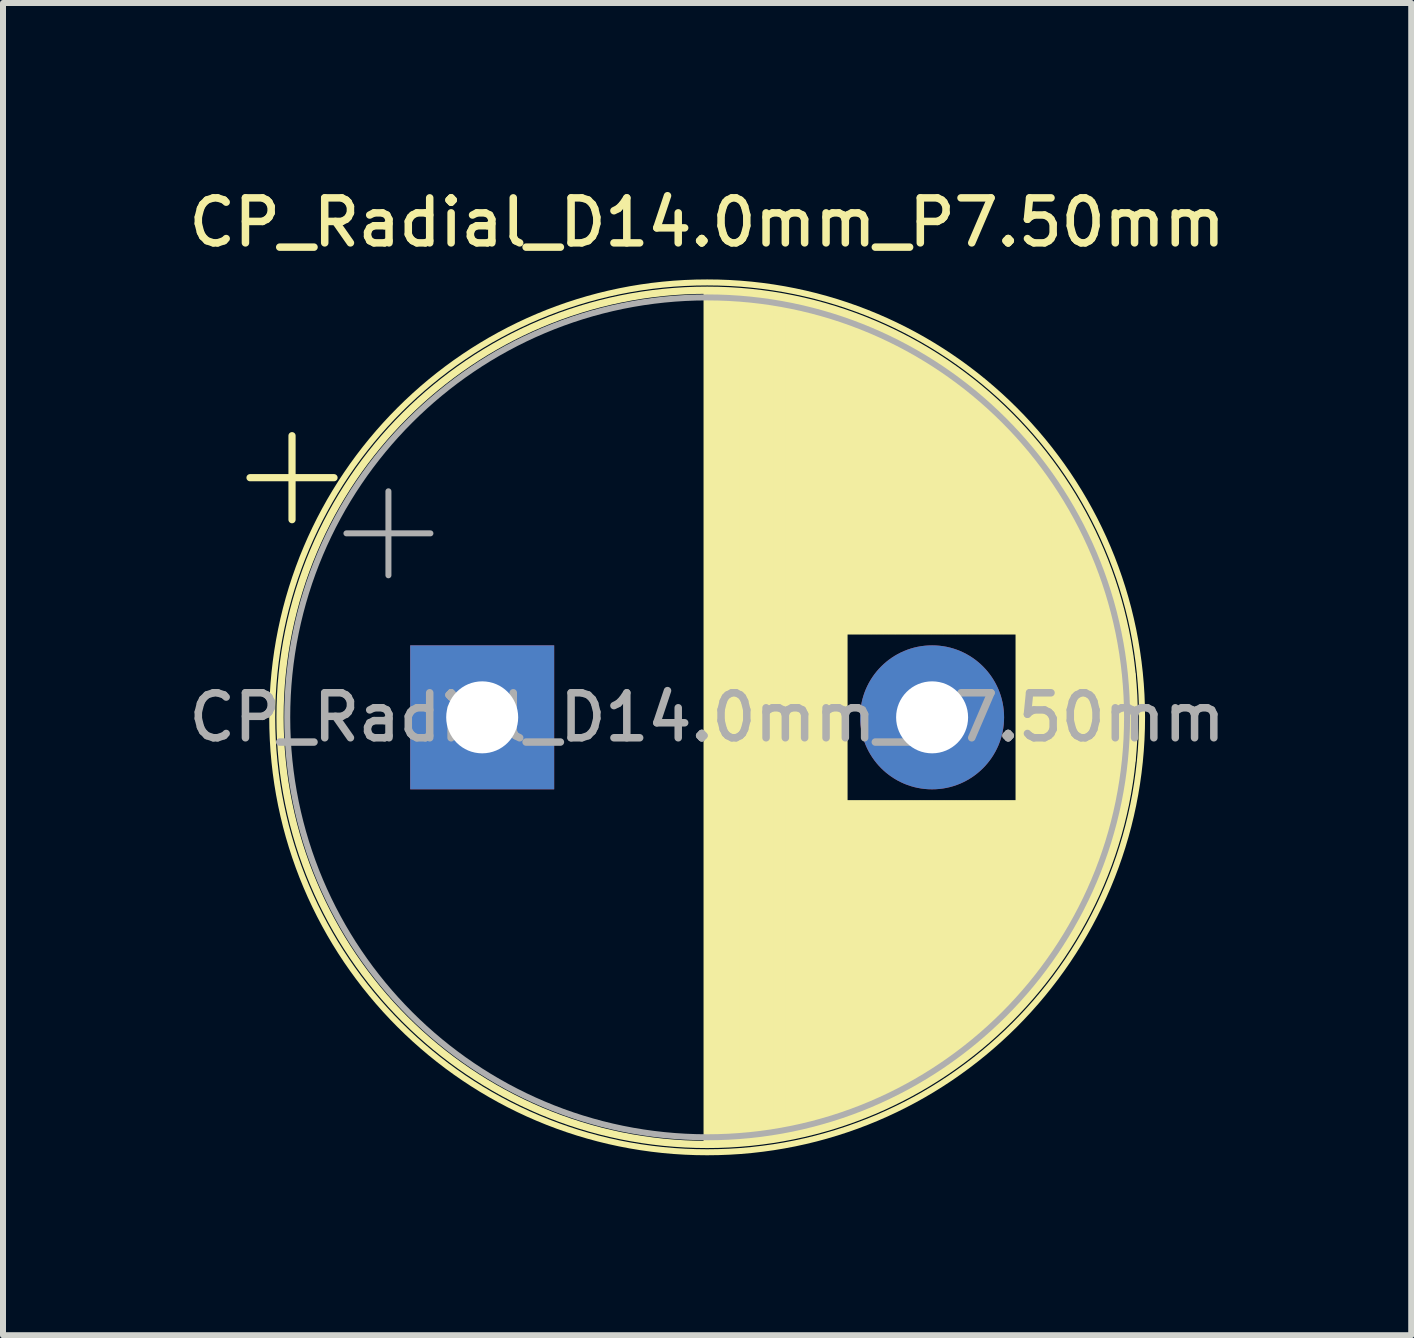
<source format=kicad_pcb>
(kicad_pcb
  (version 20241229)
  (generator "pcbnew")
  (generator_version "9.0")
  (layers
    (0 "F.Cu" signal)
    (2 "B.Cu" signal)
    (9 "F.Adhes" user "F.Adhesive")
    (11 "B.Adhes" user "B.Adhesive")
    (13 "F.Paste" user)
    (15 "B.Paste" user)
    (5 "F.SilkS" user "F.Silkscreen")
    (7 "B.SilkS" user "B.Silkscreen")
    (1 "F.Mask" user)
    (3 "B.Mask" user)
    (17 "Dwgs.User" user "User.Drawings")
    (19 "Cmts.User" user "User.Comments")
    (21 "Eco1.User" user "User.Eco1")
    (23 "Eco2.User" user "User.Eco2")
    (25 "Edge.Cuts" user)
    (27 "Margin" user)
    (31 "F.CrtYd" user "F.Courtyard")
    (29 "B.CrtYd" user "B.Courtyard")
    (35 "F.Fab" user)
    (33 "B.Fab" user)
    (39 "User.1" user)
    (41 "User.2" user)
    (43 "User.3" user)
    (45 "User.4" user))
  (footprint "CP_Radial_D14.0mm_P7.50mm"
    (layer "F.Cu")
    (at 4.988 8.908)
    (property "Reference" "CP_Radial_D14.0mm_P7.50mm" (at 3.75 -8.25 0) (layer "F.SilkS") (effects (font (size 0.75 0.75) (thickness 0.125))))
    (attr through_hole)
    (fp_line (start -3.87 -3.995) (end -2.47 -3.995) (stroke (width 0.12) (type solid)) (layer "F.SilkS"))
    (fp_line (start -3.17 -4.695) (end -3.17 -3.295) (stroke (width 0.12) (type solid)) (layer "F.SilkS"))
    (fp_line (start 3.75 -7.08) (end 3.75 7.08) (stroke (width 0.12) (type solid)) (layer "F.SilkS"))
    (fp_line (start 3.79 -7.08) (end 3.79 7.08) (stroke (width 0.12) (type solid)) (layer "F.SilkS"))
    (fp_line (start 3.83 -7.08) (end 3.83 7.08) (stroke (width 0.12) (type solid)) (layer "F.SilkS"))
    (fp_line (start 3.87 -7.079) (end 3.87 7.079) (stroke (width 0.12) (type solid)) (layer "F.SilkS"))
    (fp_line (start 3.91 -7.079) (end 3.91 7.079) (stroke (width 0.12) (type solid)) (layer "F.SilkS"))
    (fp_line (start 3.95 -7.078) (end 3.95 7.078) (stroke (width 0.12) (type solid)) (layer "F.SilkS"))
    (fp_line (start 3.99 -7.076) (end 3.99 7.076) (stroke (width 0.12) (type solid)) (layer "F.SilkS"))
    (fp_line (start 4.03 -7.075) (end 4.03 7.075) (stroke (width 0.12) (type solid)) (layer "F.SilkS"))
    (fp_line (start 4.07 -7.073) (end 4.07 7.073) (stroke (width 0.12) (type solid)) (layer "F.SilkS"))
    (fp_line (start 4.11 -7.071) (end 4.11 7.071) (stroke (width 0.12) (type solid)) (layer "F.SilkS"))
    (fp_line (start 4.15 -7.069) (end 4.15 7.069) (stroke (width 0.12) (type solid)) (layer "F.SilkS"))
    (fp_line (start 4.19 -7.067) (end 4.19 7.067) (stroke (width 0.12) (type solid)) (layer "F.SilkS"))
    (fp_line (start 4.23 -7.064) (end 4.23 7.064) (stroke (width 0.12) (type solid)) (layer "F.SilkS"))
    (fp_line (start 4.27 -7.061) (end 4.27 7.061) (stroke (width 0.12) (type solid)) (layer "F.SilkS"))
    (fp_line (start 4.31 -7.058) (end 4.31 7.058) (stroke (width 0.12) (type solid)) (layer "F.SilkS"))
    (fp_line (start 4.35 -7.055) (end 4.35 7.055) (stroke (width 0.12) (type solid)) (layer "F.SilkS"))
    (fp_line (start 4.39 -7.052) (end 4.39 7.052) (stroke (width 0.12) (type solid)) (layer "F.SilkS"))
    (fp_line (start 4.43 -7.048) (end 4.43 7.048) (stroke (width 0.12) (type solid)) (layer "F.SilkS"))
    (fp_line (start 4.471 -7.044) (end 4.471 7.044) (stroke (width 0.12) (type solid)) (layer "F.SilkS"))
    (fp_line (start 4.511 -7.04) (end 4.511 7.04) (stroke (width 0.12) (type solid)) (layer "F.SilkS"))
    (fp_line (start 4.551 -7.035) (end 4.551 7.035) (stroke (width 0.12) (type solid)) (layer "F.SilkS"))
    (fp_line (start 4.591 -7.031) (end 4.591 7.031) (stroke (width 0.12) (type solid)) (layer "F.SilkS"))
    (fp_line (start 4.631 -7.026) (end 4.631 7.026) (stroke (width 0.12) (type solid)) (layer "F.SilkS"))
    (fp_line (start 4.671 -7.021) (end 4.671 7.021) (stroke (width 0.12) (type solid)) (layer "F.SilkS"))
    (fp_line (start 4.711 -7.015) (end 4.711 7.015) (stroke (width 0.12) (type solid)) (layer "F.SilkS"))
    (fp_line (start 4.751 -7.01) (end 4.751 7.01) (stroke (width 0.12) (type solid)) (layer "F.SilkS"))
    (fp_line (start 4.791 -7.004) (end 4.791 7.004) (stroke (width 0.12) (type solid)) (layer "F.SilkS"))
    (fp_line (start 4.831 -6.998) (end 4.831 6.998) (stroke (width 0.12) (type solid)) (layer "F.SilkS"))
    (fp_line (start 4.871 -6.992) (end 4.871 6.992) (stroke (width 0.12) (type solid)) (layer "F.SilkS"))
    (fp_line (start 4.911 -6.985) (end 4.911 6.985) (stroke (width 0.12) (type solid)) (layer "F.SilkS"))
    (fp_line (start 4.951 -6.979) (end 4.951 6.979) (stroke (width 0.12) (type solid)) (layer "F.SilkS"))
    (fp_line (start 4.991 -6.972) (end 4.991 6.972) (stroke (width 0.12) (type solid)) (layer "F.SilkS"))
    (fp_line (start 5.031 -6.964) (end 5.031 6.964) (stroke (width 0.12) (type solid)) (layer "F.SilkS"))
    (fp_line (start 5.071 -6.957) (end 5.071 6.957) (stroke (width 0.12) (type solid)) (layer "F.SilkS"))
    (fp_line (start 5.111 -6.949) (end 5.111 6.949) (stroke (width 0.12) (type solid)) (layer "F.SilkS"))
    (fp_line (start 5.151 -6.942) (end 5.151 6.942) (stroke (width 0.12) (type solid)) (layer "F.SilkS"))
    (fp_line (start 5.191 -6.933) (end 5.191 6.933) (stroke (width 0.12) (type solid)) (layer "F.SilkS"))
    (fp_line (start 5.231 -6.925) (end 5.231 6.925) (stroke (width 0.12) (type solid)) (layer "F.SilkS"))
    (fp_line (start 5.271 -6.916) (end 5.271 6.916) (stroke (width 0.12) (type solid)) (layer "F.SilkS"))
    (fp_line (start 5.311 -6.907) (end 5.311 6.907) (stroke (width 0.12) (type solid)) (layer "F.SilkS"))
    (fp_line (start 5.351 -6.898) (end 5.351 6.898) (stroke (width 0.12) (type solid)) (layer "F.SilkS"))
    (fp_line (start 5.391 -6.889) (end 5.391 6.889) (stroke (width 0.12) (type solid)) (layer "F.SilkS"))
    (fp_line (start 5.431 -6.879) (end 5.431 6.879) (stroke (width 0.12) (type solid)) (layer "F.SilkS"))
    (fp_line (start 5.471 -6.87) (end 5.471 6.87) (stroke (width 0.12) (type solid)) (layer "F.SilkS"))
    (fp_line (start 5.511 -6.86) (end 5.511 6.86) (stroke (width 0.12) (type solid)) (layer "F.SilkS"))
    (fp_line (start 5.551 -6.849) (end 5.551 6.849) (stroke (width 0.12) (type solid)) (layer "F.SilkS"))
    (fp_line (start 5.591 -6.839) (end 5.591 6.839) (stroke (width 0.12) (type solid)) (layer "F.SilkS"))
    (fp_line (start 5.631 -6.828) (end 5.631 6.828) (stroke (width 0.12) (type solid)) (layer "F.SilkS"))
    (fp_line (start 5.671 -6.817) (end 5.671 6.817) (stroke (width 0.12) (type solid)) (layer "F.SilkS"))
    (fp_line (start 5.711 -6.805) (end 5.711 6.805) (stroke (width 0.12) (type solid)) (layer "F.SilkS"))
    (fp_line (start 5.751 -6.794) (end 5.751 6.794) (stroke (width 0.12) (type solid)) (layer "F.SilkS"))
    (fp_line (start 5.791 -6.782) (end 5.791 6.782) (stroke (width 0.12) (type solid)) (layer "F.SilkS"))
    (fp_line (start 5.831 -6.77) (end 5.831 6.77) (stroke (width 0.12) (type solid)) (layer "F.SilkS"))
    (fp_line (start 5.871 -6.758) (end 5.871 6.758) (stroke (width 0.12) (type solid)) (layer "F.SilkS"))
    (fp_line (start 5.911 -6.745) (end 5.911 6.745) (stroke (width 0.12) (type solid)) (layer "F.SilkS"))
    (fp_line (start 5.951 -6.732) (end 5.951 6.732) (stroke (width 0.12) (type solid)) (layer "F.SilkS"))
    (fp_line (start 5.991 -6.719) (end 5.991 6.719) (stroke (width 0.12) (type solid)) (layer "F.SilkS"))
    (fp_line (start 6.031 -6.706) (end 6.031 6.706) (stroke (width 0.12) (type solid)) (layer "F.SilkS"))
    (fp_line (start 6.071 -6.692) (end 6.071 -1.44) (stroke (width 0.12) (type solid)) (layer "F.SilkS"))
    (fp_line (start 6.071 1.44) (end 6.071 6.692) (stroke (width 0.12) (type solid)) (layer "F.SilkS"))
    (fp_line (start 6.111 -6.678) (end 6.111 -1.44) (stroke (width 0.12) (type solid)) (layer "F.SilkS"))
    (fp_line (start 6.111 1.44) (end 6.111 6.678) (stroke (width 0.12) (type solid)) (layer "F.SilkS"))
    (fp_line (start 6.151 -6.664) (end 6.151 -1.44) (stroke (width 0.12) (type solid)) (layer "F.SilkS"))
    (fp_line (start 6.151 1.44) (end 6.151 6.664) (stroke (width 0.12) (type solid)) (layer "F.SilkS"))
    (fp_line (start 6.191 -6.649) (end 6.191 -1.44) (stroke (width 0.12) (type solid)) (layer "F.SilkS"))
    (fp_line (start 6.191 1.44) (end 6.191 6.649) (stroke (width 0.12) (type solid)) (layer "F.SilkS"))
    (fp_line (start 6.231 -6.635) (end 6.231 -1.44) (stroke (width 0.12) (type solid)) (layer "F.SilkS"))
    (fp_line (start 6.231 1.44) (end 6.231 6.635) (stroke (width 0.12) (type solid)) (layer "F.SilkS"))
    (fp_line (start 6.271 -6.62) (end 6.271 -1.44) (stroke (width 0.12) (type solid)) (layer "F.SilkS"))
    (fp_line (start 6.271 1.44) (end 6.271 6.62) (stroke (width 0.12) (type solid)) (layer "F.SilkS"))
    (fp_line (start 6.311 -6.604) (end 6.311 -1.44) (stroke (width 0.12) (type solid)) (layer "F.SilkS"))
    (fp_line (start 6.311 1.44) (end 6.311 6.604) (stroke (width 0.12) (type solid)) (layer "F.SilkS"))
    (fp_line (start 6.351 -6.589) (end 6.351 -1.44) (stroke (width 0.12) (type solid)) (layer "F.SilkS"))
    (fp_line (start 6.351 1.44) (end 6.351 6.589) (stroke (width 0.12) (type solid)) (layer "F.SilkS"))
    (fp_line (start 6.391 -6.573) (end 6.391 -1.44) (stroke (width 0.12) (type solid)) (layer "F.SilkS"))
    (fp_line (start 6.391 1.44) (end 6.391 6.573) (stroke (width 0.12) (type solid)) (layer "F.SilkS"))
    (fp_line (start 6.431 -6.557) (end 6.431 -1.44) (stroke (width 0.12) (type solid)) (layer "F.SilkS"))
    (fp_line (start 6.431 1.44) (end 6.431 6.557) (stroke (width 0.12) (type solid)) (layer "F.SilkS"))
    (fp_line (start 6.471 -6.54) (end 6.471 -1.44) (stroke (width 0.12) (type solid)) (layer "F.SilkS"))
    (fp_line (start 6.471 1.44) (end 6.471 6.54) (stroke (width 0.12) (type solid)) (layer "F.SilkS"))
    (fp_line (start 6.511 -6.524) (end 6.511 -1.44) (stroke (width 0.12) (type solid)) (layer "F.SilkS"))
    (fp_line (start 6.511 1.44) (end 6.511 6.524) (stroke (width 0.12) (type solid)) (layer "F.SilkS"))
    (fp_line (start 6.551 -6.507) (end 6.551 -1.44) (stroke (width 0.12) (type solid)) (layer "F.SilkS"))
    (fp_line (start 6.551 1.44) (end 6.551 6.507) (stroke (width 0.12) (type solid)) (layer "F.SilkS"))
    (fp_line (start 6.591 -6.49) (end 6.591 -1.44) (stroke (width 0.12) (type solid)) (layer "F.SilkS"))
    (fp_line (start 6.591 1.44) (end 6.591 6.49) (stroke (width 0.12) (type solid)) (layer "F.SilkS"))
    (fp_line (start 6.631 -6.472) (end 6.631 -1.44) (stroke (width 0.12) (type solid)) (layer "F.SilkS"))
    (fp_line (start 6.631 1.44) (end 6.631 6.472) (stroke (width 0.12) (type solid)) (layer "F.SilkS"))
    (fp_line (start 6.671 -6.454) (end 6.671 -1.44) (stroke (width 0.12) (type solid)) (layer "F.SilkS"))
    (fp_line (start 6.671 1.44) (end 6.671 6.454) (stroke (width 0.12) (type solid)) (layer "F.SilkS"))
    (fp_line (start 6.711 -6.436) (end 6.711 -1.44) (stroke (width 0.12) (type solid)) (layer "F.SilkS"))
    (fp_line (start 6.711 1.44) (end 6.711 6.436) (stroke (width 0.12) (type solid)) (layer "F.SilkS"))
    (fp_line (start 6.751 -6.418) (end 6.751 -1.44) (stroke (width 0.12) (type solid)) (layer "F.SilkS"))
    (fp_line (start 6.751 1.44) (end 6.751 6.418) (stroke (width 0.12) (type solid)) (layer "F.SilkS"))
    (fp_line (start 6.791 -6.399) (end 6.791 -1.44) (stroke (width 0.12) (type solid)) (layer "F.SilkS"))
    (fp_line (start 6.791 1.44) (end 6.791 6.399) (stroke (width 0.12) (type solid)) (layer "F.SilkS"))
    (fp_line (start 6.831 -6.38) (end 6.831 -1.44) (stroke (width 0.12) (type solid)) (layer "F.SilkS"))
    (fp_line (start 6.831 1.44) (end 6.831 6.38) (stroke (width 0.12) (type solid)) (layer "F.SilkS"))
    (fp_line (start 6.871 -6.36) (end 6.871 -1.44) (stroke (width 0.12) (type solid)) (layer "F.SilkS"))
    (fp_line (start 6.871 1.44) (end 6.871 6.36) (stroke (width 0.12) (type solid)) (layer "F.SilkS"))
    (fp_line (start 6.911 -6.341) (end 6.911 -1.44) (stroke (width 0.12) (type solid)) (layer "F.SilkS"))
    (fp_line (start 6.911 1.44) (end 6.911 6.341) (stroke (width 0.12) (type solid)) (layer "F.SilkS"))
    (fp_line (start 6.951 -6.321) (end 6.951 -1.44) (stroke (width 0.12) (type solid)) (layer "F.SilkS"))
    (fp_line (start 6.951 1.44) (end 6.951 6.321) (stroke (width 0.12) (type solid)) (layer "F.SilkS"))
    (fp_line (start 6.991 -6.301) (end 6.991 -1.44) (stroke (width 0.12) (type solid)) (layer "F.SilkS"))
    (fp_line (start 6.991 1.44) (end 6.991 6.301) (stroke (width 0.12) (type solid)) (layer "F.SilkS"))
    (fp_line (start 7.031 -6.28) (end 7.031 -1.44) (stroke (width 0.12) (type solid)) (layer "F.SilkS"))
    (fp_line (start 7.031 1.44) (end 7.031 6.28) (stroke (width 0.12) (type solid)) (layer "F.SilkS"))
    (fp_line (start 7.071 -6.259) (end 7.071 -1.44) (stroke (width 0.12) (type solid)) (layer "F.SilkS"))
    (fp_line (start 7.071 1.44) (end 7.071 6.259) (stroke (width 0.12) (type solid)) (layer "F.SilkS"))
    (fp_line (start 7.111 -6.238) (end 7.111 -1.44) (stroke (width 0.12) (type solid)) (layer "F.SilkS"))
    (fp_line (start 7.111 1.44) (end 7.111 6.238) (stroke (width 0.12) (type solid)) (layer "F.SilkS"))
    (fp_line (start 7.151 -6.216) (end 7.151 -1.44) (stroke (width 0.12) (type solid)) (layer "F.SilkS"))
    (fp_line (start 7.151 1.44) (end 7.151 6.216) (stroke (width 0.12) (type solid)) (layer "F.SilkS"))
    (fp_line (start 7.191 -6.194) (end 7.191 -1.44) (stroke (width 0.12) (type solid)) (layer "F.SilkS"))
    (fp_line (start 7.191 1.44) (end 7.191 6.194) (stroke (width 0.12) (type solid)) (layer "F.SilkS"))
    (fp_line (start 7.231 -6.172) (end 7.231 -1.44) (stroke (width 0.12) (type solid)) (layer "F.SilkS"))
    (fp_line (start 7.231 1.44) (end 7.231 6.172) (stroke (width 0.12) (type solid)) (layer "F.SilkS"))
    (fp_line (start 7.271 -6.15) (end 7.271 -1.44) (stroke (width 0.12) (type solid)) (layer "F.SilkS"))
    (fp_line (start 7.271 1.44) (end 7.271 6.15) (stroke (width 0.12) (type solid)) (layer "F.SilkS"))
    (fp_line (start 7.311 -6.127) (end 7.311 -1.44) (stroke (width 0.12) (type solid)) (layer "F.SilkS"))
    (fp_line (start 7.311 1.44) (end 7.311 6.127) (stroke (width 0.12) (type solid)) (layer "F.SilkS"))
    (fp_line (start 7.351 -6.103) (end 7.351 -1.44) (stroke (width 0.12) (type solid)) (layer "F.SilkS"))
    (fp_line (start 7.351 1.44) (end 7.351 6.103) (stroke (width 0.12) (type solid)) (layer "F.SilkS"))
    (fp_line (start 7.391 -6.08) (end 7.391 -1.44) (stroke (width 0.12) (type solid)) (layer "F.SilkS"))
    (fp_line (start 7.391 1.44) (end 7.391 6.08) (stroke (width 0.12) (type solid)) (layer "F.SilkS"))
    (fp_line (start 7.431 -6.056) (end 7.431 -1.44) (stroke (width 0.12) (type solid)) (layer "F.SilkS"))
    (fp_line (start 7.431 1.44) (end 7.431 6.056) (stroke (width 0.12) (type solid)) (layer "F.SilkS"))
    (fp_line (start 7.471 -6.031) (end 7.471 -1.44) (stroke (width 0.12) (type solid)) (layer "F.SilkS"))
    (fp_line (start 7.471 1.44) (end 7.471 6.031) (stroke (width 0.12) (type solid)) (layer "F.SilkS"))
    (fp_line (start 7.511 -6.007) (end 7.511 -1.44) (stroke (width 0.12) (type solid)) (layer "F.SilkS"))
    (fp_line (start 7.511 1.44) (end 7.511 6.007) (stroke (width 0.12) (type solid)) (layer "F.SilkS"))
    (fp_line (start 7.551 -5.982) (end 7.551 -1.44) (stroke (width 0.12) (type solid)) (layer "F.SilkS"))
    (fp_line (start 7.551 1.44) (end 7.551 5.982) (stroke (width 0.12) (type solid)) (layer "F.SilkS"))
    (fp_line (start 7.591 -5.956) (end 7.591 -1.44) (stroke (width 0.12) (type solid)) (layer "F.SilkS"))
    (fp_line (start 7.591 1.44) (end 7.591 5.956) (stroke (width 0.12) (type solid)) (layer "F.SilkS"))
    (fp_line (start 7.631 -5.93) (end 7.631 -1.44) (stroke (width 0.12) (type solid)) (layer "F.SilkS"))
    (fp_line (start 7.631 1.44) (end 7.631 5.93) (stroke (width 0.12) (type solid)) (layer "F.SilkS"))
    (fp_line (start 7.671 -5.904) (end 7.671 -1.44) (stroke (width 0.12) (type solid)) (layer "F.SilkS"))
    (fp_line (start 7.671 1.44) (end 7.671 5.904) (stroke (width 0.12) (type solid)) (layer "F.SilkS"))
    (fp_line (start 7.711 -5.878) (end 7.711 -1.44) (stroke (width 0.12) (type solid)) (layer "F.SilkS"))
    (fp_line (start 7.711 1.44) (end 7.711 5.878) (stroke (width 0.12) (type solid)) (layer "F.SilkS"))
    (fp_line (start 7.751 -5.851) (end 7.751 -1.44) (stroke (width 0.12) (type solid)) (layer "F.SilkS"))
    (fp_line (start 7.751 1.44) (end 7.751 5.851) (stroke (width 0.12) (type solid)) (layer "F.SilkS"))
    (fp_line (start 7.791 -5.823) (end 7.791 -1.44) (stroke (width 0.12) (type solid)) (layer "F.SilkS"))
    (fp_line (start 7.791 1.44) (end 7.791 5.823) (stroke (width 0.12) (type solid)) (layer "F.SilkS"))
    (fp_line (start 7.831 -5.796) (end 7.831 -1.44) (stroke (width 0.12) (type solid)) (layer "F.SilkS"))
    (fp_line (start 7.831 1.44) (end 7.831 5.796) (stroke (width 0.12) (type solid)) (layer "F.SilkS"))
    (fp_line (start 7.871 -5.767) (end 7.871 -1.44) (stroke (width 0.12) (type solid)) (layer "F.SilkS"))
    (fp_line (start 7.871 1.44) (end 7.871 5.767) (stroke (width 0.12) (type solid)) (layer "F.SilkS"))
    (fp_line (start 7.911 -5.739) (end 7.911 -1.44) (stroke (width 0.12) (type solid)) (layer "F.SilkS"))
    (fp_line (start 7.911 1.44) (end 7.911 5.739) (stroke (width 0.12) (type solid)) (layer "F.SilkS"))
    (fp_line (start 7.951 -5.71) (end 7.951 -1.44) (stroke (width 0.12) (type solid)) (layer "F.SilkS"))
    (fp_line (start 7.951 1.44) (end 7.951 5.71) (stroke (width 0.12) (type solid)) (layer "F.SilkS"))
    (fp_line (start 7.991 -5.68) (end 7.991 -1.44) (stroke (width 0.12) (type solid)) (layer "F.SilkS"))
    (fp_line (start 7.991 1.44) (end 7.991 5.68) (stroke (width 0.12) (type solid)) (layer "F.SilkS"))
    (fp_line (start 8.031 -5.65) (end 8.031 -1.44) (stroke (width 0.12) (type solid)) (layer "F.SilkS"))
    (fp_line (start 8.031 1.44) (end 8.031 5.65) (stroke (width 0.12) (type solid)) (layer "F.SilkS"))
    (fp_line (start 8.071 -5.62) (end 8.071 -1.44) (stroke (width 0.12) (type solid)) (layer "F.SilkS"))
    (fp_line (start 8.071 1.44) (end 8.071 5.62) (stroke (width 0.12) (type solid)) (layer "F.SilkS"))
    (fp_line (start 8.111 -5.589) (end 8.111 -1.44) (stroke (width 0.12) (type solid)) (layer "F.SilkS"))
    (fp_line (start 8.111 1.44) (end 8.111 5.589) (stroke (width 0.12) (type solid)) (layer "F.SilkS"))
    (fp_line (start 8.151 -5.558) (end 8.151 -1.44) (stroke (width 0.12) (type solid)) (layer "F.SilkS"))
    (fp_line (start 8.151 1.44) (end 8.151 5.558) (stroke (width 0.12) (type solid)) (layer "F.SilkS"))
    (fp_line (start 8.191 -5.527) (end 8.191 -1.44) (stroke (width 0.12) (type solid)) (layer "F.SilkS"))
    (fp_line (start 8.191 1.44) (end 8.191 5.527) (stroke (width 0.12) (type solid)) (layer "F.SilkS"))
    (fp_line (start 8.231 -5.494) (end 8.231 -1.44) (stroke (width 0.12) (type solid)) (layer "F.SilkS"))
    (fp_line (start 8.231 1.44) (end 8.231 5.494) (stroke (width 0.12) (type solid)) (layer "F.SilkS"))
    (fp_line (start 8.271 -5.462) (end 8.271 -1.44) (stroke (width 0.12) (type solid)) (layer "F.SilkS"))
    (fp_line (start 8.271 1.44) (end 8.271 5.462) (stroke (width 0.12) (type solid)) (layer "F.SilkS"))
    (fp_line (start 8.311 -5.429) (end 8.311 -1.44) (stroke (width 0.12) (type solid)) (layer "F.SilkS"))
    (fp_line (start 8.311 1.44) (end 8.311 5.429) (stroke (width 0.12) (type solid)) (layer "F.SilkS"))
    (fp_line (start 8.351 -5.395) (end 8.351 -1.44) (stroke (width 0.12) (type solid)) (layer "F.SilkS"))
    (fp_line (start 8.351 1.44) (end 8.351 5.395) (stroke (width 0.12) (type solid)) (layer "F.SilkS"))
    (fp_line (start 8.391 -5.361) (end 8.391 -1.44) (stroke (width 0.12) (type solid)) (layer "F.SilkS"))
    (fp_line (start 8.391 1.44) (end 8.391 5.361) (stroke (width 0.12) (type solid)) (layer "F.SilkS"))
    (fp_line (start 8.431 -5.326) (end 8.431 -1.44) (stroke (width 0.12) (type solid)) (layer "F.SilkS"))
    (fp_line (start 8.431 1.44) (end 8.431 5.326) (stroke (width 0.12) (type solid)) (layer "F.SilkS"))
    (fp_line (start 8.471 -5.291) (end 8.471 -1.44) (stroke (width 0.12) (type solid)) (layer "F.SilkS"))
    (fp_line (start 8.471 1.44) (end 8.471 5.291) (stroke (width 0.12) (type solid)) (layer "F.SilkS"))
    (fp_line (start 8.511 -5.255) (end 8.511 -1.44) (stroke (width 0.12) (type solid)) (layer "F.SilkS"))
    (fp_line (start 8.511 1.44) (end 8.511 5.255) (stroke (width 0.12) (type solid)) (layer "F.SilkS"))
    (fp_line (start 8.551 -5.219) (end 8.551 -1.44) (stroke (width 0.12) (type solid)) (layer "F.SilkS"))
    (fp_line (start 8.551 1.44) (end 8.551 5.219) (stroke (width 0.12) (type solid)) (layer "F.SilkS"))
    (fp_line (start 8.591 -5.182) (end 8.591 -1.44) (stroke (width 0.12) (type solid)) (layer "F.SilkS"))
    (fp_line (start 8.591 1.44) (end 8.591 5.182) (stroke (width 0.12) (type solid)) (layer "F.SilkS"))
    (fp_line (start 8.631 -5.145) (end 8.631 -1.44) (stroke (width 0.12) (type solid)) (layer "F.SilkS"))
    (fp_line (start 8.631 1.44) (end 8.631 5.145) (stroke (width 0.12) (type solid)) (layer "F.SilkS"))
    (fp_line (start 8.671 -5.107) (end 8.671 -1.44) (stroke (width 0.12) (type solid)) (layer "F.SilkS"))
    (fp_line (start 8.671 1.44) (end 8.671 5.107) (stroke (width 0.12) (type solid)) (layer "F.SilkS"))
    (fp_line (start 8.711 -5.069) (end 8.711 -1.44) (stroke (width 0.12) (type solid)) (layer "F.SilkS"))
    (fp_line (start 8.711 1.44) (end 8.711 5.069) (stroke (width 0.12) (type solid)) (layer "F.SilkS"))
    (fp_line (start 8.751 -5.029) (end 8.751 -1.44) (stroke (width 0.12) (type solid)) (layer "F.SilkS"))
    (fp_line (start 8.751 1.44) (end 8.751 5.029) (stroke (width 0.12) (type solid)) (layer "F.SilkS"))
    (fp_line (start 8.791 -4.99) (end 8.791 -1.44) (stroke (width 0.12) (type solid)) (layer "F.SilkS"))
    (fp_line (start 8.791 1.44) (end 8.791 4.99) (stroke (width 0.12) (type solid)) (layer "F.SilkS"))
    (fp_line (start 8.831 -4.949) (end 8.831 -1.44) (stroke (width 0.12) (type solid)) (layer "F.SilkS"))
    (fp_line (start 8.831 1.44) (end 8.831 4.949) (stroke (width 0.12) (type solid)) (layer "F.SilkS"))
    (fp_line (start 8.871 -4.908) (end 8.871 -1.44) (stroke (width 0.12) (type solid)) (layer "F.SilkS"))
    (fp_line (start 8.871 1.44) (end 8.871 4.908) (stroke (width 0.12) (type solid)) (layer "F.SilkS"))
    (fp_line (start 8.911 -4.866) (end 8.911 -1.44) (stroke (width 0.12) (type solid)) (layer "F.SilkS"))
    (fp_line (start 8.911 1.44) (end 8.911 4.866) (stroke (width 0.12) (type solid)) (layer "F.SilkS"))
    (fp_line (start 8.951 -4.824) (end 8.951 4.824) (stroke (width 0.12) (type solid)) (layer "F.SilkS"))
    (fp_line (start 8.991 -4.781) (end 8.991 4.781) (stroke (width 0.12) (type solid)) (layer "F.SilkS"))
    (fp_line (start 9.031 -4.737) (end 9.031 4.737) (stroke (width 0.12) (type solid)) (layer "F.SilkS"))
    (fp_line (start 9.071 -4.693) (end 9.071 4.693) (stroke (width 0.12) (type solid)) (layer "F.SilkS"))
    (fp_line (start 9.111 -4.647) (end 9.111 4.647) (stroke (width 0.12) (type solid)) (layer "F.SilkS"))
    (fp_line (start 9.151 -4.601) (end 9.151 4.601) (stroke (width 0.12) (type solid)) (layer "F.SilkS"))
    (fp_line (start 9.191 -4.554) (end 9.191 4.554) (stroke (width 0.12) (type solid)) (layer "F.SilkS"))
    (fp_line (start 9.231 -4.506) (end 9.231 4.506) (stroke (width 0.12) (type solid)) (layer "F.SilkS"))
    (fp_line (start 9.271 -4.458) (end 9.271 4.458) (stroke (width 0.12) (type solid)) (layer "F.SilkS"))
    (fp_line (start 9.311 -4.408) (end 9.311 4.408) (stroke (width 0.12) (type solid)) (layer "F.SilkS"))
    (fp_line (start 9.351 -4.358) (end 9.351 4.358) (stroke (width 0.12) (type solid)) (layer "F.SilkS"))
    (fp_line (start 9.391 -4.306) (end 9.391 4.306) (stroke (width 0.12) (type solid)) (layer "F.SilkS"))
    (fp_line (start 9.431 -4.254) (end 9.431 4.254) (stroke (width 0.12) (type solid)) (layer "F.SilkS"))
    (fp_line (start 9.471 -4.2) (end 9.471 4.2) (stroke (width 0.12) (type solid)) (layer "F.SilkS"))
    (fp_line (start 9.511 -4.146) (end 9.511 4.146) (stroke (width 0.12) (type solid)) (layer "F.SilkS"))
    (fp_line (start 9.551 -4.09) (end 9.551 4.09) (stroke (width 0.12) (type solid)) (layer "F.SilkS"))
    (fp_line (start 9.591 -4.033) (end 9.591 4.033) (stroke (width 0.12) (type solid)) (layer "F.SilkS"))
    (fp_line (start 9.631 -3.975) (end 9.631 3.975) (stroke (width 0.12) (type solid)) (layer "F.SilkS"))
    (fp_line (start 9.671 -3.916) (end 9.671 3.916) (stroke (width 0.12) (type solid)) (layer "F.SilkS"))
    (fp_line (start 9.711 -3.856) (end 9.711 3.856) (stroke (width 0.12) (type solid)) (layer "F.SilkS"))
    (fp_line (start 9.751 -3.794) (end 9.751 3.794) (stroke (width 0.12) (type solid)) (layer "F.SilkS"))
    (fp_line (start 9.791 -3.73) (end 9.791 3.73) (stroke (width 0.12) (type solid)) (layer "F.SilkS"))
    (fp_line (start 9.831 -3.666) (end 9.831 3.666) (stroke (width 0.12) (type solid)) (layer "F.SilkS"))
    (fp_line (start 9.871 -3.599) (end 9.871 3.599) (stroke (width 0.12) (type solid)) (layer "F.SilkS"))
    (fp_line (start 9.911 -3.531) (end 9.911 3.531) (stroke (width 0.12) (type solid)) (layer "F.SilkS"))
    (fp_line (start 9.951 -3.461) (end 9.951 3.461) (stroke (width 0.12) (type solid)) (layer "F.SilkS"))
    (fp_line (start 9.991 -3.389) (end 9.991 3.389) (stroke (width 0.12) (type solid)) (layer "F.SilkS"))
    (fp_line (start 10.031 -3.315) (end 10.031 3.315) (stroke (width 0.12) (type solid)) (layer "F.SilkS"))
    (fp_line (start 10.071 -3.24) (end 10.071 3.24) (stroke (width 0.12) (type solid)) (layer "F.SilkS"))
    (fp_line (start 10.111 -3.161) (end 10.111 3.161) (stroke (width 0.12) (type solid)) (layer "F.SilkS"))
    (fp_line (start 10.151 -3.08) (end 10.151 3.08) (stroke (width 0.12) (type solid)) (layer "F.SilkS"))
    (fp_line (start 10.191 -2.997) (end 10.191 2.997) (stroke (width 0.12) (type solid)) (layer "F.SilkS"))
    (fp_line (start 10.231 -2.911) (end 10.231 2.911) (stroke (width 0.12) (type solid)) (layer "F.SilkS"))
    (fp_line (start 10.271 -2.821) (end 10.271 2.821) (stroke (width 0.12) (type solid)) (layer "F.SilkS"))
    (fp_line (start 10.311 -2.728) (end 10.311 2.728) (stroke (width 0.12) (type solid)) (layer "F.SilkS"))
    (fp_line (start 10.351 -2.632) (end 10.351 2.632) (stroke (width 0.12) (type solid)) (layer "F.SilkS"))
    (fp_line (start 10.391 -2.53) (end 10.391 2.53) (stroke (width 0.12) (type solid)) (layer "F.SilkS"))
    (fp_line (start 10.431 -2.425) (end 10.431 2.425) (stroke (width 0.12) (type solid)) (layer "F.SilkS"))
    (fp_line (start 10.471 -2.313) (end 10.471 2.313) (stroke (width 0.12) (type solid)) (layer "F.SilkS"))
    (fp_line (start 10.511 -2.196) (end 10.511 2.196) (stroke (width 0.12) (type solid)) (layer "F.SilkS"))
    (fp_line (start 10.551 -2.071) (end 10.551 2.071) (stroke (width 0.12) (type solid)) (layer "F.SilkS"))
    (fp_line (start 10.591 -1.938) (end 10.591 1.938) (stroke (width 0.12) (type solid)) (layer "F.SilkS"))
    (fp_line (start 10.631 -1.794) (end 10.631 1.794) (stroke (width 0.12) (type solid)) (layer "F.SilkS"))
    (fp_line (start 10.671 -1.636) (end 10.671 1.636) (stroke (width 0.12) (type solid)) (layer "F.SilkS"))
    (fp_line (start 10.711 -1.461) (end 10.711 1.461) (stroke (width 0.12) (type solid)) (layer "F.SilkS"))
    (fp_line (start 10.751 -1.262) (end 10.751 1.262) (stroke (width 0.12) (type solid)) (layer "F.SilkS"))
    (fp_line (start 10.791 -1.025) (end 10.791 1.025) (stroke (width 0.12) (type solid)) (layer "F.SilkS"))
    (fp_line (start 10.831 -0.714) (end 10.831 0.714) (stroke (width 0.12) (type solid)) (layer "F.SilkS"))
    (fp_circle (center 3.75 0) (end 10.87 0) (stroke (width 0.12) (type solid)) (fill no) (layer "F.SilkS"))
    (fp_circle (center 3.75 0) (end 11 0) (stroke (width 0.1) (type solid)) (fill no) (layer "F.SilkS"))
    (fp_line (start -2.263 -3.067) (end -0.863 -3.067) (stroke (width 0.1) (type solid)) (layer "F.Fab"))
    (fp_line (start -1.563 -3.768) (end -1.563 -2.368) (stroke (width 0.1) (type solid)) (layer "F.Fab"))
    (fp_circle (center 3.75 0) (end 10.75 0) (stroke (width 0.1) (type solid)) (fill no) (layer "F.Fab"))
    (fp_text user "${REFERENCE}" (at 3.75 0 0) (layer "F.Fab") (effects (font (size 0.75 0.75) (thickness 0.125))))
    (pad "1" thru_hole rect (at 0 0) (size 2.4 2.4) (drill 1.2) (layers "*.Cu" "*.Mask"))
    (pad "2" thru_hole circle (at 7.5 0) (size 2.4 2.4) (drill 1.2) (layers "*.Cu" "*.Mask")))
  (gr_rect
    (start -3 -3)
    (end 20.475 19.208)
    (stroke (width 0.1) (type default))
    (fill no)
    (layer "Edge.Cuts")))
</source>
